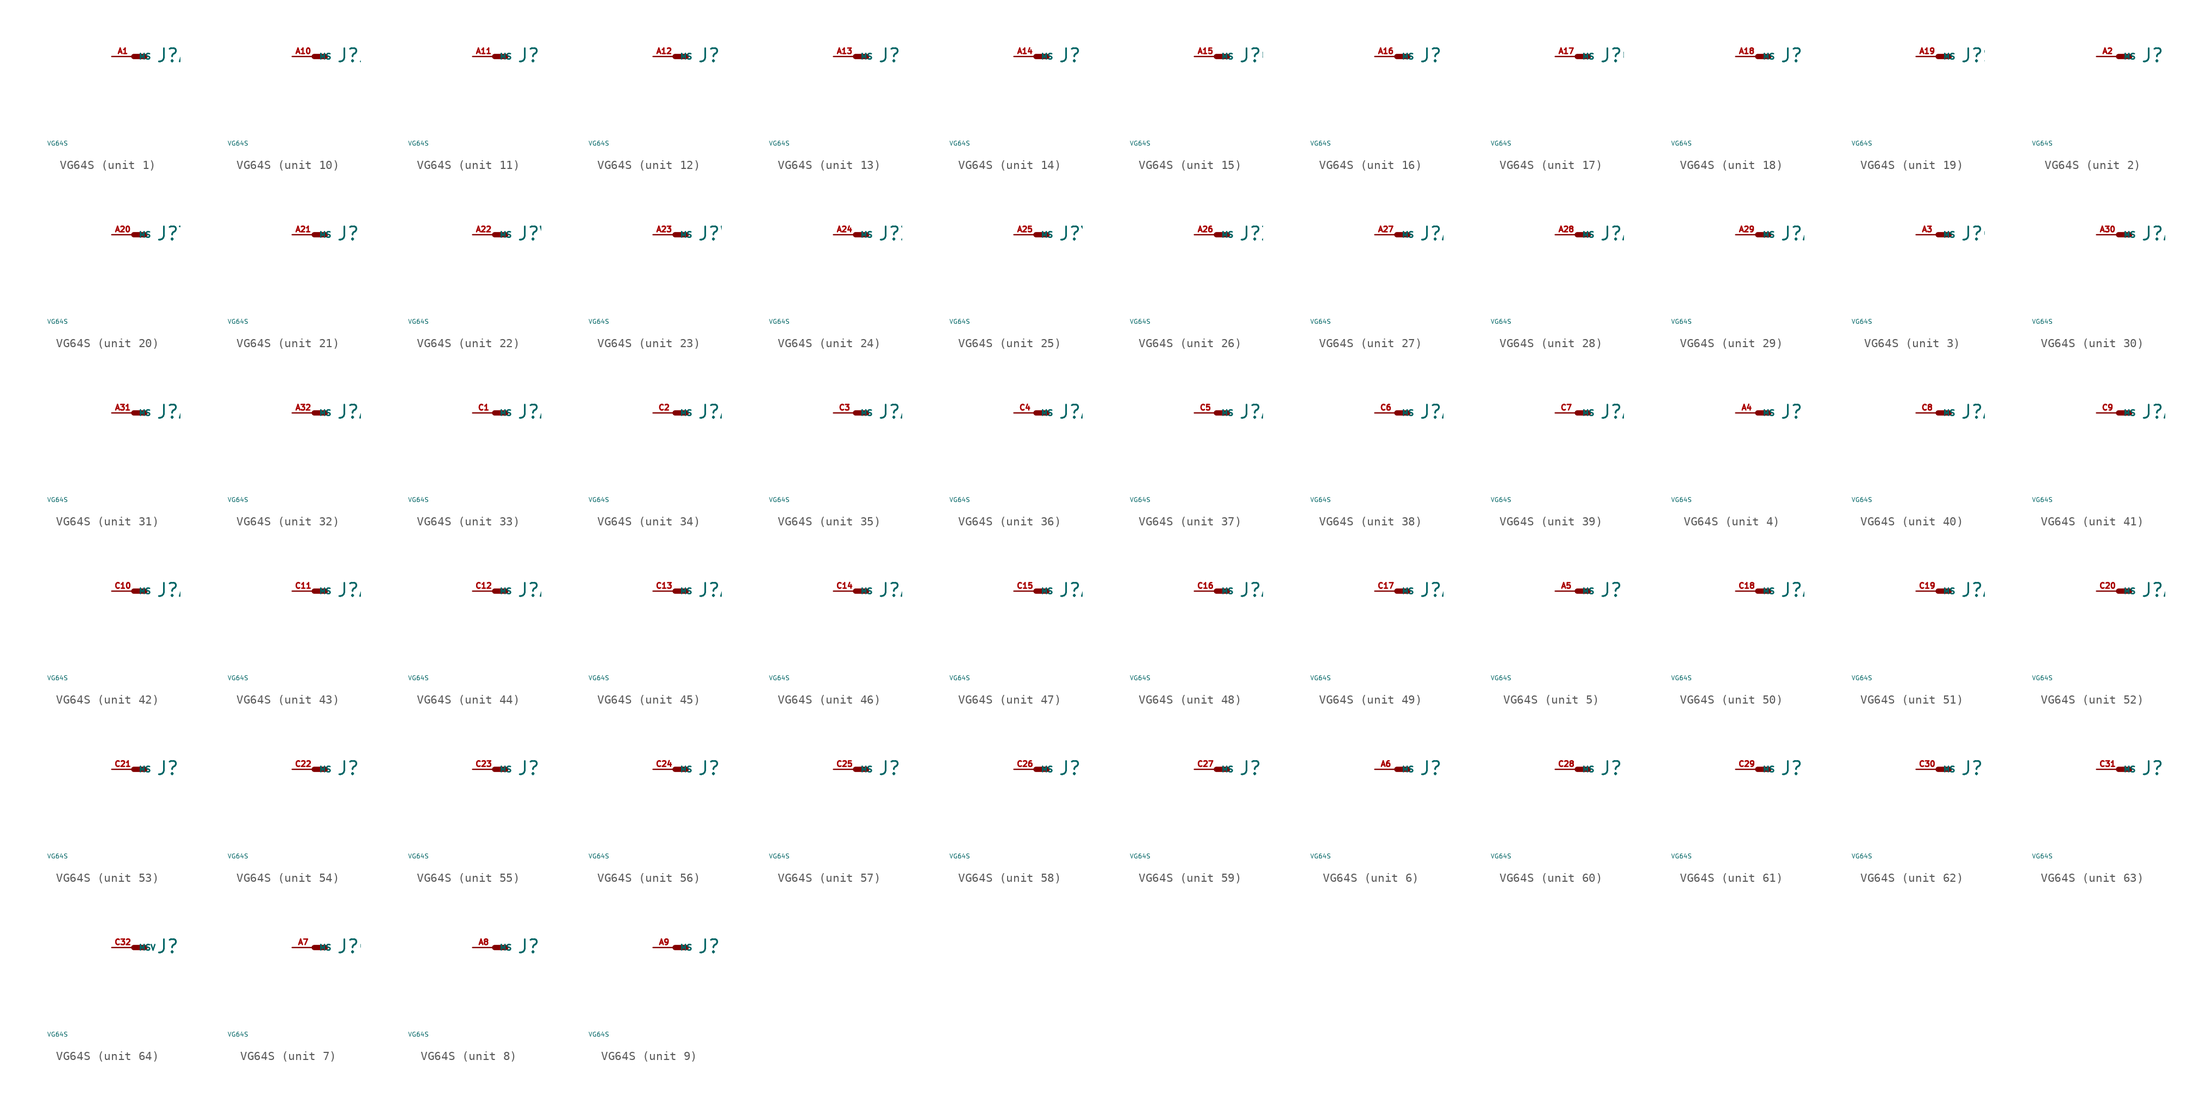
<source format=kicad_sym>
(kicad_symbol_lib
  (version 20220914)
  (generator Eagle2Kicad)
  (symbol "VG64S"
    (property "Reference" "J"
      (at 2.54 -0.762 0)
      (effects (font (size 1.524 1.524) (thickness 0.19)) (justify left bottom)))
    (property "Value" "VG64S"
      (at -10 -10 0)
      (effects (font (size 0.5 0.5) (thickness 0.06)) (justify left)))
    (symbol "VG64S_1_0"
      (polyline (pts (xy 0 0) (xy 1.27 0)) (stroke (width 0.61) (type default)) (fill (type none)))
      (pin passive line (at -2.54 0 0) (length 2.54) (name "MS" (effects (font (size 0.635 0.635) (thickness 0.08)) (justify left bottom))) (number "A1" (effects (font (size 0.635 0.635) (thickness 0.08)) (justify left bottom)))))
    (symbol "VG64S_2_0"
      (polyline (pts (xy 0 0) (xy 1.27 0)) (stroke (width 0.61) (type default)) (fill (type none)))
      (pin passive line (at -2.54 0 0) (length 2.54) (name "MS" (effects (font (size 0.635 0.635) (thickness 0.08)) (justify left bottom))) (number "A2" (effects (font (size 0.635 0.635) (thickness 0.08)) (justify left bottom)))))
    (symbol "VG64S_3_0"
      (polyline (pts (xy 0 0) (xy 1.27 0)) (stroke (width 0.61) (type default)) (fill (type none)))
      (pin passive line (at -2.54 0 0) (length 2.54) (name "MS" (effects (font (size 0.635 0.635) (thickness 0.08)) (justify left bottom))) (number "A3" (effects (font (size 0.635 0.635) (thickness 0.08)) (justify left bottom)))))
    (symbol "VG64S_4_0"
      (polyline (pts (xy 0 0) (xy 1.27 0)) (stroke (width 0.61) (type default)) (fill (type none)))
      (pin passive line (at -2.54 0 0) (length 2.54) (name "MS" (effects (font (size 0.635 0.635) (thickness 0.08)) (justify left bottom))) (number "A4" (effects (font (size 0.635 0.635) (thickness 0.08)) (justify left bottom)))))
    (symbol "VG64S_5_0"
      (polyline (pts (xy 0 0) (xy 1.27 0)) (stroke (width 0.61) (type default)) (fill (type none)))
      (pin passive line (at -2.54 0 0) (length 2.54) (name "MS" (effects (font (size 0.635 0.635) (thickness 0.08)) (justify left bottom))) (number "A5" (effects (font (size 0.635 0.635) (thickness 0.08)) (justify left bottom)))))
    (symbol "VG64S_6_0"
      (polyline (pts (xy 0 0) (xy 1.27 0)) (stroke (width 0.61) (type default)) (fill (type none)))
      (pin passive line (at -2.54 0 0) (length 2.54) (name "MS" (effects (font (size 0.635 0.635) (thickness 0.08)) (justify left bottom))) (number "A6" (effects (font (size 0.635 0.635) (thickness 0.08)) (justify left bottom)))))
    (symbol "VG64S_7_0"
      (polyline (pts (xy 0 0) (xy 1.27 0)) (stroke (width 0.61) (type default)) (fill (type none)))
      (pin passive line (at -2.54 0 0) (length 2.54) (name "MS" (effects (font (size 0.635 0.635) (thickness 0.08)) (justify left bottom))) (number "A7" (effects (font (size 0.635 0.635) (thickness 0.08)) (justify left bottom)))))
    (symbol "VG64S_8_0"
      (polyline (pts (xy 0 0) (xy 1.27 0)) (stroke (width 0.61) (type default)) (fill (type none)))
      (pin passive line (at -2.54 0 0) (length 2.54) (name "MS" (effects (font (size 0.635 0.635) (thickness 0.08)) (justify left bottom))) (number "A8" (effects (font (size 0.635 0.635) (thickness 0.08)) (justify left bottom)))))
    (symbol "VG64S_9_0"
      (polyline (pts (xy 0 0) (xy 1.27 0)) (stroke (width 0.61) (type default)) (fill (type none)))
      (pin passive line (at -2.54 0 0) (length 2.54) (name "MS" (effects (font (size 0.635 0.635) (thickness 0.08)) (justify left bottom))) (number "A9" (effects (font (size 0.635 0.635) (thickness 0.08)) (justify left bottom)))))
    (symbol "VG64S_10_0"
      (polyline (pts (xy 0 0) (xy 1.27 0)) (stroke (width 0.61) (type default)) (fill (type none)))
      (pin passive line (at -2.54 0 0) (length 2.54) (name "MS" (effects (font (size 0.635 0.635) (thickness 0.08)) (justify left bottom))) (number "A10" (effects (font (size 0.635 0.635) (thickness 0.08)) (justify left bottom)))))
    (symbol "VG64S_11_0"
      (polyline (pts (xy 0 0) (xy 1.27 0)) (stroke (width 0.61) (type default)) (fill (type none)))
      (pin passive line (at -2.54 0 0) (length 2.54) (name "MS" (effects (font (size 0.635 0.635) (thickness 0.08)) (justify left bottom))) (number "A11" (effects (font (size 0.635 0.635) (thickness 0.08)) (justify left bottom)))))
    (symbol "VG64S_12_0"
      (polyline (pts (xy 0 0) (xy 1.27 0)) (stroke (width 0.61) (type default)) (fill (type none)))
      (pin passive line (at -2.54 0 0) (length 2.54) (name "MS" (effects (font (size 0.635 0.635) (thickness 0.08)) (justify left bottom))) (number "A12" (effects (font (size 0.635 0.635) (thickness 0.08)) (justify left bottom)))))
    (symbol "VG64S_13_0"
      (polyline (pts (xy 0 0) (xy 1.27 0)) (stroke (width 0.61) (type default)) (fill (type none)))
      (pin passive line (at -2.54 0 0) (length 2.54) (name "MS" (effects (font (size 0.635 0.635) (thickness 0.08)) (justify left bottom))) (number "A13" (effects (font (size 0.635 0.635) (thickness 0.08)) (justify left bottom)))))
    (symbol "VG64S_14_0"
      (polyline (pts (xy 0 0) (xy 1.27 0)) (stroke (width 0.61) (type default)) (fill (type none)))
      (pin passive line (at -2.54 0 0) (length 2.54) (name "MS" (effects (font (size 0.635 0.635) (thickness 0.08)) (justify left bottom))) (number "A14" (effects (font (size 0.635 0.635) (thickness 0.08)) (justify left bottom)))))
    (symbol "VG64S_15_0"
      (polyline (pts (xy 0 0) (xy 1.27 0)) (stroke (width 0.61) (type default)) (fill (type none)))
      (pin passive line (at -2.54 0 0) (length 2.54) (name "MS" (effects (font (size 0.635 0.635) (thickness 0.08)) (justify left bottom))) (number "A15" (effects (font (size 0.635 0.635) (thickness 0.08)) (justify left bottom)))))
    (symbol "VG64S_16_0"
      (polyline (pts (xy 0 0) (xy 1.27 0)) (stroke (width 0.61) (type default)) (fill (type none)))
      (pin passive line (at -2.54 0 0) (length 2.54) (name "MS" (effects (font (size 0.635 0.635) (thickness 0.08)) (justify left bottom))) (number "A16" (effects (font (size 0.635 0.635) (thickness 0.08)) (justify left bottom)))))
    (symbol "VG64S_17_0"
      (polyline (pts (xy 0 0) (xy 1.27 0)) (stroke (width 0.61) (type default)) (fill (type none)))
      (pin passive line (at -2.54 0 0) (length 2.54) (name "MS" (effects (font (size 0.635 0.635) (thickness 0.08)) (justify left bottom))) (number "A17" (effects (font (size 0.635 0.635) (thickness 0.08)) (justify left bottom)))))
    (symbol "VG64S_18_0"
      (polyline (pts (xy 0 0) (xy 1.27 0)) (stroke (width 0.61) (type default)) (fill (type none)))
      (pin passive line (at -2.54 0 0) (length 2.54) (name "MS" (effects (font (size 0.635 0.635) (thickness 0.08)) (justify left bottom))) (number "A18" (effects (font (size 0.635 0.635) (thickness 0.08)) (justify left bottom)))))
    (symbol "VG64S_19_0"
      (polyline (pts (xy 0 0) (xy 1.27 0)) (stroke (width 0.61) (type default)) (fill (type none)))
      (pin passive line (at -2.54 0 0) (length 2.54) (name "MS" (effects (font (size 0.635 0.635) (thickness 0.08)) (justify left bottom))) (number "A19" (effects (font (size 0.635 0.635) (thickness 0.08)) (justify left bottom)))))
    (symbol "VG64S_20_0"
      (polyline (pts (xy 0 0) (xy 1.27 0)) (stroke (width 0.61) (type default)) (fill (type none)))
      (pin passive line (at -2.54 0 0) (length 2.54) (name "MS" (effects (font (size 0.635 0.635) (thickness 0.08)) (justify left bottom))) (number "A20" (effects (font (size 0.635 0.635) (thickness 0.08)) (justify left bottom)))))
    (symbol "VG64S_21_0"
      (polyline (pts (xy 0 0) (xy 1.27 0)) (stroke (width 0.61) (type default)) (fill (type none)))
      (pin passive line (at -2.54 0 0) (length 2.54) (name "MS" (effects (font (size 0.635 0.635) (thickness 0.08)) (justify left bottom))) (number "A21" (effects (font (size 0.635 0.635) (thickness 0.08)) (justify left bottom)))))
    (symbol "VG64S_22_0"
      (polyline (pts (xy 0 0) (xy 1.27 0)) (stroke (width 0.61) (type default)) (fill (type none)))
      (pin passive line (at -2.54 0 0) (length 2.54) (name "MS" (effects (font (size 0.635 0.635) (thickness 0.08)) (justify left bottom))) (number "A22" (effects (font (size 0.635 0.635) (thickness 0.08)) (justify left bottom)))))
    (symbol "VG64S_23_0"
      (polyline (pts (xy 0 0) (xy 1.27 0)) (stroke (width 0.61) (type default)) (fill (type none)))
      (pin passive line (at -2.54 0 0) (length 2.54) (name "MS" (effects (font (size 0.635 0.635) (thickness 0.08)) (justify left bottom))) (number "A23" (effects (font (size 0.635 0.635) (thickness 0.08)) (justify left bottom)))))
    (symbol "VG64S_24_0"
      (polyline (pts (xy 0 0) (xy 1.27 0)) (stroke (width 0.61) (type default)) (fill (type none)))
      (pin passive line (at -2.54 0 0) (length 2.54) (name "MS" (effects (font (size 0.635 0.635) (thickness 0.08)) (justify left bottom))) (number "A24" (effects (font (size 0.635 0.635) (thickness 0.08)) (justify left bottom)))))
    (symbol "VG64S_25_0"
      (polyline (pts (xy 0 0) (xy 1.27 0)) (stroke (width 0.61) (type default)) (fill (type none)))
      (pin passive line (at -2.54 0 0) (length 2.54) (name "MS" (effects (font (size 0.635 0.635) (thickness 0.08)) (justify left bottom))) (number "A25" (effects (font (size 0.635 0.635) (thickness 0.08)) (justify left bottom)))))
    (symbol "VG64S_26_0"
      (polyline (pts (xy 0 0) (xy 1.27 0)) (stroke (width 0.61) (type default)) (fill (type none)))
      (pin passive line (at -2.54 0 0) (length 2.54) (name "MS" (effects (font (size 0.635 0.635) (thickness 0.08)) (justify left bottom))) (number "A26" (effects (font (size 0.635 0.635) (thickness 0.08)) (justify left bottom)))))
    (symbol "VG64S_27_0"
      (polyline (pts (xy 0 0) (xy 1.27 0)) (stroke (width 0.61) (type default)) (fill (type none)))
      (pin passive line (at -2.54 0 0) (length 2.54) (name "MS" (effects (font (size 0.635 0.635) (thickness 0.08)) (justify left bottom))) (number "A27" (effects (font (size 0.635 0.635) (thickness 0.08)) (justify left bottom)))))
    (symbol "VG64S_28_0"
      (polyline (pts (xy 0 0) (xy 1.27 0)) (stroke (width 0.61) (type default)) (fill (type none)))
      (pin passive line (at -2.54 0 0) (length 2.54) (name "MS" (effects (font (size 0.635 0.635) (thickness 0.08)) (justify left bottom))) (number "A28" (effects (font (size 0.635 0.635) (thickness 0.08)) (justify left bottom)))))
    (symbol "VG64S_29_0"
      (polyline (pts (xy 0 0) (xy 1.27 0)) (stroke (width 0.61) (type default)) (fill (type none)))
      (pin passive line (at -2.54 0 0) (length 2.54) (name "MS" (effects (font (size 0.635 0.635) (thickness 0.08)) (justify left bottom))) (number "A29" (effects (font (size 0.635 0.635) (thickness 0.08)) (justify left bottom)))))
    (symbol "VG64S_30_0"
      (polyline (pts (xy 0 0) (xy 1.27 0)) (stroke (width 0.61) (type default)) (fill (type none)))
      (pin passive line (at -2.54 0 0) (length 2.54) (name "MS" (effects (font (size 0.635 0.635) (thickness 0.08)) (justify left bottom))) (number "A30" (effects (font (size 0.635 0.635) (thickness 0.08)) (justify left bottom)))))
    (symbol "VG64S_31_0"
      (polyline (pts (xy 0 0) (xy 1.27 0)) (stroke (width 0.61) (type default)) (fill (type none)))
      (pin passive line (at -2.54 0 0) (length 2.54) (name "MS" (effects (font (size 0.635 0.635) (thickness 0.08)) (justify left bottom))) (number "A31" (effects (font (size 0.635 0.635) (thickness 0.08)) (justify left bottom)))))
    (symbol "VG64S_32_0"
      (polyline (pts (xy 0 0) (xy 1.27 0)) (stroke (width 0.61) (type default)) (fill (type none)))
      (pin passive line (at -2.54 0 0) (length 2.54) (name "MS" (effects (font (size 0.635 0.635) (thickness 0.08)) (justify left bottom))) (number "A32" (effects (font (size 0.635 0.635) (thickness 0.08)) (justify left bottom)))))
    (symbol "VG64S_33_0"
      (polyline (pts (xy 0 0) (xy 1.27 0)) (stroke (width 0.61) (type default)) (fill (type none)))
      (pin passive line (at -2.54 0 0) (length 2.54) (name "MS" (effects (font (size 0.635 0.635) (thickness 0.08)) (justify left bottom))) (number "C1" (effects (font (size 0.635 0.635) (thickness 0.08)) (justify left bottom)))))
    (symbol "VG64S_34_0"
      (polyline (pts (xy 0 0) (xy 1.27 0)) (stroke (width 0.61) (type default)) (fill (type none)))
      (pin passive line (at -2.54 0 0) (length 2.54) (name "MS" (effects (font (size 0.635 0.635) (thickness 0.08)) (justify left bottom))) (number "C2" (effects (font (size 0.635 0.635) (thickness 0.08)) (justify left bottom)))))
    (symbol "VG64S_35_0"
      (polyline (pts (xy 0 0) (xy 1.27 0)) (stroke (width 0.61) (type default)) (fill (type none)))
      (pin passive line (at -2.54 0 0) (length 2.54) (name "MS" (effects (font (size 0.635 0.635) (thickness 0.08)) (justify left bottom))) (number "C3" (effects (font (size 0.635 0.635) (thickness 0.08)) (justify left bottom)))))
    (symbol "VG64S_36_0"
      (polyline (pts (xy 0 0) (xy 1.27 0)) (stroke (width 0.61) (type default)) (fill (type none)))
      (pin passive line (at -2.54 0 0) (length 2.54) (name "MS" (effects (font (size 0.635 0.635) (thickness 0.08)) (justify left bottom))) (number "C4" (effects (font (size 0.635 0.635) (thickness 0.08)) (justify left bottom)))))
    (symbol "VG64S_37_0"
      (polyline (pts (xy 0 0) (xy 1.27 0)) (stroke (width 0.61) (type default)) (fill (type none)))
      (pin passive line (at -2.54 0 0) (length 2.54) (name "MS" (effects (font (size 0.635 0.635) (thickness 0.08)) (justify left bottom))) (number "C5" (effects (font (size 0.635 0.635) (thickness 0.08)) (justify left bottom)))))
    (symbol "VG64S_38_0"
      (polyline (pts (xy 0 0) (xy 1.27 0)) (stroke (width 0.61) (type default)) (fill (type none)))
      (pin passive line (at -2.54 0 0) (length 2.54) (name "MS" (effects (font (size 0.635 0.635) (thickness 0.08)) (justify left bottom))) (number "C6" (effects (font (size 0.635 0.635) (thickness 0.08)) (justify left bottom)))))
    (symbol "VG64S_39_0"
      (polyline (pts (xy 0 0) (xy 1.27 0)) (stroke (width 0.61) (type default)) (fill (type none)))
      (pin passive line (at -2.54 0 0) (length 2.54) (name "MS" (effects (font (size 0.635 0.635) (thickness 0.08)) (justify left bottom))) (number "C7" (effects (font (size 0.635 0.635) (thickness 0.08)) (justify left bottom)))))
    (symbol "VG64S_40_0"
      (polyline (pts (xy 0 0) (xy 1.27 0)) (stroke (width 0.61) (type default)) (fill (type none)))
      (pin passive line (at -2.54 0 0) (length 2.54) (name "MS" (effects (font (size 0.635 0.635) (thickness 0.08)) (justify left bottom))) (number "C8" (effects (font (size 0.635 0.635) (thickness 0.08)) (justify left bottom)))))
    (symbol "VG64S_41_0"
      (polyline (pts (xy 0 0) (xy 1.27 0)) (stroke (width 0.61) (type default)) (fill (type none)))
      (pin passive line (at -2.54 0 0) (length 2.54) (name "MS" (effects (font (size 0.635 0.635) (thickness 0.08)) (justify left bottom))) (number "C9" (effects (font (size 0.635 0.635) (thickness 0.08)) (justify left bottom)))))
    (symbol "VG64S_42_0"
      (polyline (pts (xy 0 0) (xy 1.27 0)) (stroke (width 0.61) (type default)) (fill (type none)))
      (pin passive line (at -2.54 0 0) (length 2.54) (name "MS" (effects (font (size 0.635 0.635) (thickness 0.08)) (justify left bottom))) (number "C10" (effects (font (size 0.635 0.635) (thickness 0.08)) (justify left bottom)))))
    (symbol "VG64S_43_0"
      (polyline (pts (xy 0 0) (xy 1.27 0)) (stroke (width 0.61) (type default)) (fill (type none)))
      (pin passive line (at -2.54 0 0) (length 2.54) (name "MS" (effects (font (size 0.635 0.635) (thickness 0.08)) (justify left bottom))) (number "C11" (effects (font (size 0.635 0.635) (thickness 0.08)) (justify left bottom)))))
    (symbol "VG64S_44_0"
      (polyline (pts (xy 0 0) (xy 1.27 0)) (stroke (width 0.61) (type default)) (fill (type none)))
      (pin passive line (at -2.54 0 0) (length 2.54) (name "MS" (effects (font (size 0.635 0.635) (thickness 0.08)) (justify left bottom))) (number "C12" (effects (font (size 0.635 0.635) (thickness 0.08)) (justify left bottom)))))
    (symbol "VG64S_45_0"
      (polyline (pts (xy 0 0) (xy 1.27 0)) (stroke (width 0.61) (type default)) (fill (type none)))
      (pin passive line (at -2.54 0 0) (length 2.54) (name "MS" (effects (font (size 0.635 0.635) (thickness 0.08)) (justify left bottom))) (number "C13" (effects (font (size 0.635 0.635) (thickness 0.08)) (justify left bottom)))))
    (symbol "VG64S_46_0"
      (polyline (pts (xy 0 0) (xy 1.27 0)) (stroke (width 0.61) (type default)) (fill (type none)))
      (pin passive line (at -2.54 0 0) (length 2.54) (name "MS" (effects (font (size 0.635 0.635) (thickness 0.08)) (justify left bottom))) (number "C14" (effects (font (size 0.635 0.635) (thickness 0.08)) (justify left bottom)))))
    (symbol "VG64S_47_0"
      (polyline (pts (xy 0 0) (xy 1.27 0)) (stroke (width 0.61) (type default)) (fill (type none)))
      (pin passive line (at -2.54 0 0) (length 2.54) (name "MS" (effects (font (size 0.635 0.635) (thickness 0.08)) (justify left bottom))) (number "C15" (effects (font (size 0.635 0.635) (thickness 0.08)) (justify left bottom)))))
    (symbol "VG64S_48_0"
      (polyline (pts (xy 0 0) (xy 1.27 0)) (stroke (width 0.61) (type default)) (fill (type none)))
      (pin passive line (at -2.54 0 0) (length 2.54) (name "MS" (effects (font (size 0.635 0.635) (thickness 0.08)) (justify left bottom))) (number "C16" (effects (font (size 0.635 0.635) (thickness 0.08)) (justify left bottom)))))
    (symbol "VG64S_49_0"
      (polyline (pts (xy 0 0) (xy 1.27 0)) (stroke (width 0.61) (type default)) (fill (type none)))
      (pin passive line (at -2.54 0 0) (length 2.54) (name "MS" (effects (font (size 0.635 0.635) (thickness 0.08)) (justify left bottom))) (number "C17" (effects (font (size 0.635 0.635) (thickness 0.08)) (justify left bottom)))))
    (symbol "VG64S_50_0"
      (polyline (pts (xy 0 0) (xy 1.27 0)) (stroke (width 0.61) (type default)) (fill (type none)))
      (pin passive line (at -2.54 0 0) (length 2.54) (name "MS" (effects (font (size 0.635 0.635) (thickness 0.08)) (justify left bottom))) (number "C18" (effects (font (size 0.635 0.635) (thickness 0.08)) (justify left bottom)))))
    (symbol "VG64S_51_0"
      (polyline (pts (xy 0 0) (xy 1.27 0)) (stroke (width 0.61) (type default)) (fill (type none)))
      (pin passive line (at -2.54 0 0) (length 2.54) (name "MS" (effects (font (size 0.635 0.635) (thickness 0.08)) (justify left bottom))) (number "C19" (effects (font (size 0.635 0.635) (thickness 0.08)) (justify left bottom)))))
    (symbol "VG64S_52_0"
      (polyline (pts (xy 0 0) (xy 1.27 0)) (stroke (width 0.61) (type default)) (fill (type none)))
      (pin passive line (at -2.54 0 0) (length 2.54) (name "MS" (effects (font (size 0.635 0.635) (thickness 0.08)) (justify left bottom))) (number "C20" (effects (font (size 0.635 0.635) (thickness 0.08)) (justify left bottom)))))
    (symbol "VG64S_53_0"
      (polyline (pts (xy 0 0) (xy 1.27 0)) (stroke (width 0.61) (type default)) (fill (type none)))
      (pin passive line (at -2.54 0 0) (length 2.54) (name "MS" (effects (font (size 0.635 0.635) (thickness 0.08)) (justify left bottom))) (number "C21" (effects (font (size 0.635 0.635) (thickness 0.08)) (justify left bottom)))))
    (symbol "VG64S_54_0"
      (polyline (pts (xy 0 0) (xy 1.27 0)) (stroke (width 0.61) (type default)) (fill (type none)))
      (pin passive line (at -2.54 0 0) (length 2.54) (name "MS" (effects (font (size 0.635 0.635) (thickness 0.08)) (justify left bottom))) (number "C22" (effects (font (size 0.635 0.635) (thickness 0.08)) (justify left bottom)))))
    (symbol "VG64S_55_0"
      (polyline (pts (xy 0 0) (xy 1.27 0)) (stroke (width 0.61) (type default)) (fill (type none)))
      (pin passive line (at -2.54 0 0) (length 2.54) (name "MS" (effects (font (size 0.635 0.635) (thickness 0.08)) (justify left bottom))) (number "C23" (effects (font (size 0.635 0.635) (thickness 0.08)) (justify left bottom)))))
    (symbol "VG64S_56_0"
      (polyline (pts (xy 0 0) (xy 1.27 0)) (stroke (width 0.61) (type default)) (fill (type none)))
      (pin passive line (at -2.54 0 0) (length 2.54) (name "MS" (effects (font (size 0.635 0.635) (thickness 0.08)) (justify left bottom))) (number "C24" (effects (font (size 0.635 0.635) (thickness 0.08)) (justify left bottom)))))
    (symbol "VG64S_57_0"
      (polyline (pts (xy 0 0) (xy 1.27 0)) (stroke (width 0.61) (type default)) (fill (type none)))
      (pin passive line (at -2.54 0 0) (length 2.54) (name "MS" (effects (font (size 0.635 0.635) (thickness 0.08)) (justify left bottom))) (number "C25" (effects (font (size 0.635 0.635) (thickness 0.08)) (justify left bottom)))))
    (symbol "VG64S_58_0"
      (polyline (pts (xy 0 0) (xy 1.27 0)) (stroke (width 0.61) (type default)) (fill (type none)))
      (pin passive line (at -2.54 0 0) (length 2.54) (name "MS" (effects (font (size 0.635 0.635) (thickness 0.08)) (justify left bottom))) (number "C26" (effects (font (size 0.635 0.635) (thickness 0.08)) (justify left bottom)))))
    (symbol "VG64S_59_0"
      (polyline (pts (xy 0 0) (xy 1.27 0)) (stroke (width 0.61) (type default)) (fill (type none)))
      (pin passive line (at -2.54 0 0) (length 2.54) (name "MS" (effects (font (size 0.635 0.635) (thickness 0.08)) (justify left bottom))) (number "C27" (effects (font (size 0.635 0.635) (thickness 0.08)) (justify left bottom)))))
    (symbol "VG64S_60_0"
      (polyline (pts (xy 0 0) (xy 1.27 0)) (stroke (width 0.61) (type default)) (fill (type none)))
      (pin passive line (at -2.54 0 0) (length 2.54) (name "MS" (effects (font (size 0.635 0.635) (thickness 0.08)) (justify left bottom))) (number "C28" (effects (font (size 0.635 0.635) (thickness 0.08)) (justify left bottom)))))
    (symbol "VG64S_61_0"
      (polyline (pts (xy 0 0) (xy 1.27 0)) (stroke (width 0.61) (type default)) (fill (type none)))
      (pin passive line (at -2.54 0 0) (length 2.54) (name "MS" (effects (font (size 0.635 0.635) (thickness 0.08)) (justify left bottom))) (number "C29" (effects (font (size 0.635 0.635) (thickness 0.08)) (justify left bottom)))))
    (symbol "VG64S_62_0"
      (polyline (pts (xy 0 0) (xy 1.27 0)) (stroke (width 0.61) (type default)) (fill (type none)))
      (pin passive line (at -2.54 0 0) (length 2.54) (name "MS" (effects (font (size 0.635 0.635) (thickness 0.08)) (justify left bottom))) (number "C30" (effects (font (size 0.635 0.635) (thickness 0.08)) (justify left bottom)))))
    (symbol "VG64S_63_0"
      (polyline (pts (xy 0 0) (xy 1.27 0)) (stroke (width 0.61) (type default)) (fill (type none)))
      (pin passive line (at -2.54 0 0) (length 2.54) (name "MS" (effects (font (size 0.635 0.635) (thickness 0.08)) (justify left bottom))) (number "C31" (effects (font (size 0.635 0.635) (thickness 0.08)) (justify left bottom)))))
    (symbol "VG64S_64_0"
      (polyline (pts (xy 0 0) (xy 1.27 0)) (stroke (width 0.61) (type default)) (fill (type none)))
      (pin passive line (at -2.54 0 0) (length 2.54) (name "MSV" (effects (font (size 0.635 0.635) (thickness 0.08)) (justify left bottom))) (number "C32" (effects (font (size 0.635 0.635) (thickness 0.08)) (justify left bottom)))))))
</source>
